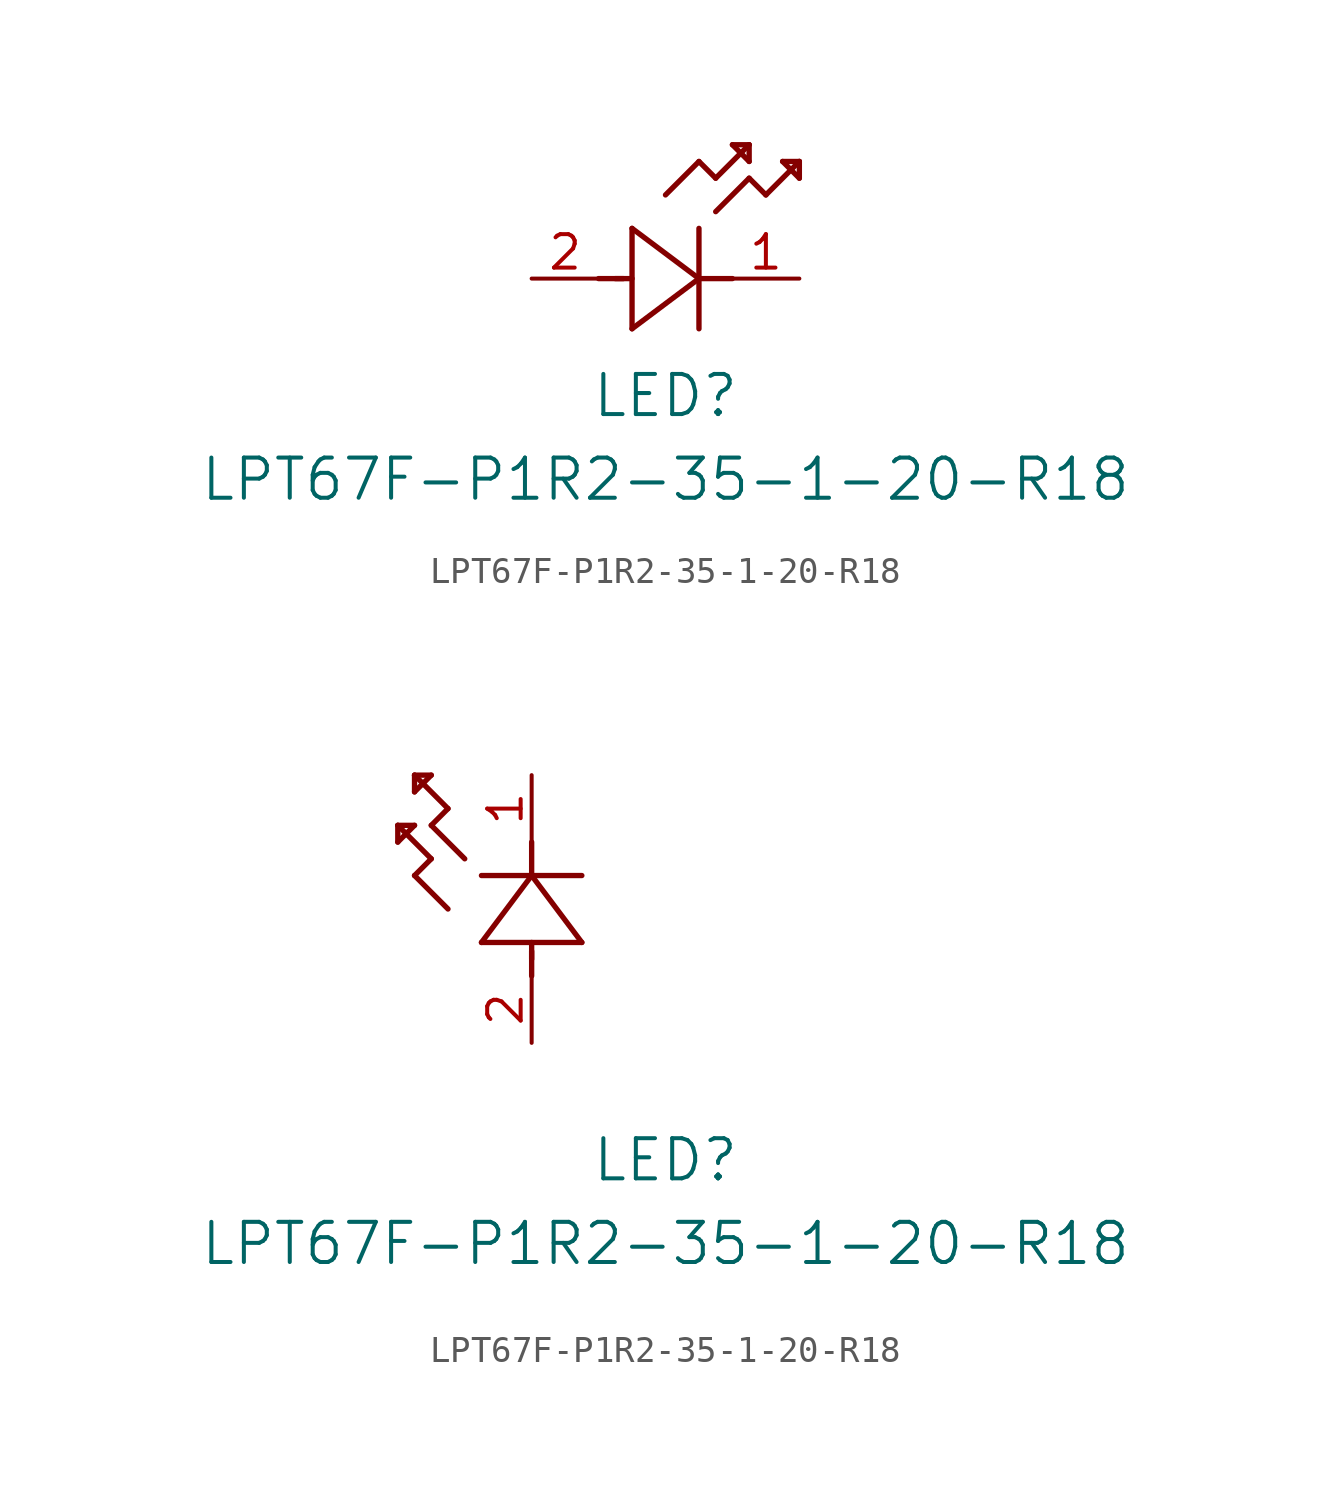
<source format=kicad_sym>
(kicad_symbol_lib
  (version 20211014)
  (generator kicad_symbol_editor)
  (symbol "LPT67F-P1R2-35-1-20-R18"
    (pin_names
      (offset 0.254))
    (property "Reference" "LED"
      (at 5.08 -4.445 0)
      (effects (font (size 1.524 1.524))))
    (property "Value" "LPT67F-P1R2-35-1-20-R18"
      (at 5.08 -7.62 0)
      (effects (font (size 1.524 1.524))))
    (symbol "LPT67F-P1R2-35-1-20-R18_1_1"
      (polyline (pts (xy 2.54 0) (xy 3.48 0)) (stroke (width 0.203) (type default) (color 0 0 0 0)) (fill (type none)))
      (polyline (pts (xy 3.81 1.905) (xy 3.81 -1.905)) (stroke (width 0.203) (type default) (color 0 0 0 0)) (fill (type none)))
      (polyline (pts (xy 3.175 0) (xy 3.81 0)) (stroke (width 0.203) (type default) (color 0 0 0 0)) (fill (type none)))
      (polyline (pts (xy 6.35 -1.905) (xy 6.35 1.905)) (stroke (width 0.203) (type default) (color 0 0 0 0)) (fill (type none)))
      (polyline (pts (xy 6.35 0) (xy 7.62 0)) (stroke (width 0.203) (type default) (color 0 0 0 0)) (fill (type none)))
      (polyline (pts (xy 6.35 4.445) (xy 6.985 3.81)) (stroke (width 0.203) (type default) (color 0 0 0 0)) (fill (type none)))
      (polyline (pts (xy 6.985 3.81) (xy 8.255 5.08)) (stroke (width 0.203) (type default) (color 0 0 0 0)) (fill (type none)))
      (polyline (pts (xy 8.255 3.81) (xy 8.89 3.175)) (stroke (width 0.203) (type default) (color 0 0 0 0)) (fill (type none)))
      (polyline (pts (xy 8.89 3.175) (xy 10.16 4.445)) (stroke (width 0.203) (type default) (color 0 0 0 0)) (fill (type none)))
      (polyline (pts (xy 8.255 5.08) (xy 7.62 5.08)) (stroke (width 0.203) (type default) (color 0 0 0 0)) (fill (type none)))
      (polyline (pts (xy 7.62 5.08) (xy 8.255 4.445)) (stroke (width 0.203) (type default) (color 0 0 0 0)) (fill (type none)))
      (polyline (pts (xy 8.255 4.445) (xy 8.255 5.08)) (stroke (width 0.203) (type default) (color 0 0 0 0)) (fill (type none)))
      (polyline (pts (xy 10.16 4.445) (xy 9.525 4.445)) (stroke (width 0.203) (type default) (color 0 0 0 0)) (fill (type none)))
      (polyline (pts (xy 9.525 4.445) (xy 10.16 3.81)) (stroke (width 0.203) (type default) (color 0 0 0 0)) (fill (type none)))
      (polyline (pts (xy 10.16 3.81) (xy 10.16 4.445)) (stroke (width 0.203) (type default) (color 0 0 0 0)) (fill (type none)))
      (polyline (pts (xy 6.985 2.54) (xy 8.255 3.81)) (stroke (width 0.203) (type default) (color 0 0 0 0)) (fill (type none)))
      (polyline (pts (xy 6.35 0) (xy 3.81 1.905)) (stroke (width 0.203) (type default) (color 0 0 0 0)) (fill (type none)))
      (polyline (pts (xy 3.81 -1.905) (xy 6.35 0)) (stroke (width 0.203) (type default) (color 0 0 0 0)) (fill (type none)))
      (polyline (pts (xy 5.08 3.175) (xy 6.35 4.445)) (stroke (width 0.203) (type default) (color 0 0 0 0)) (fill (type none)))
      (pin unspecified line (at 10.16 0 180) (length 2.54) (name "" (effects (font (size 1.27 1.27)))) (number "1" (effects (font (size 1.27 1.27)))))
      (pin unspecified line (at 0 0 0) (length 2.54) (name "" (effects (font (size 1.27 1.27)))) (number "2" (effects (font (size 1.27 1.27))))))
    (symbol "LPT67F-P1R2-35-1-20-R18_1_2"
      (polyline (pts (xy 0 2.54) (xy 0 3.48)) (stroke (width 0.203) (type default) (color 0 0 0 0)) (fill (type none)))
      (polyline (pts (xy -1.905 3.81) (xy 1.905 3.81)) (stroke (width 0.203) (type default) (color 0 0 0 0)) (fill (type none)))
      (polyline (pts (xy 0 3.175) (xy 0 3.81)) (stroke (width 0.203) (type default) (color 0 0 0 0)) (fill (type none)))
      (polyline (pts (xy 1.905 6.35) (xy -1.905 6.35)) (stroke (width 0.203) (type default) (color 0 0 0 0)) (fill (type none)))
      (polyline (pts (xy 0 6.35) (xy 0 7.62)) (stroke (width 0.203) (type default) (color 0 0 0 0)) (fill (type none)))
      (polyline (pts (xy 0 6.35) (xy -1.905 3.81)) (stroke (width 0.203) (type default) (color 0 0 0 0)) (fill (type none)))
      (polyline (pts (xy 1.905 3.81) (xy 0 6.35)) (stroke (width 0.203) (type default) (color 0 0 0 0)) (fill (type none)))
      (polyline (pts (xy -4.445 6.35) (xy -3.81 6.985)) (stroke (width 0.203) (type default) (color 0 0 0 0)) (fill (type none)))
      (polyline (pts (xy -2.54 6.985) (xy -3.81 8.255)) (stroke (width 0.203) (type default) (color 0 0 0 0)) (fill (type none)))
      (polyline (pts (xy -3.175 5.08) (xy -4.445 6.35)) (stroke (width 0.203) (type default) (color 0 0 0 0)) (fill (type none)))
      (polyline (pts (xy -4.445 10.16) (xy -4.445 9.525)) (stroke (width 0.203) (type default) (color 0 0 0 0)) (fill (type none)))
      (polyline (pts (xy -4.445 9.525) (xy -3.81 10.16)) (stroke (width 0.203) (type default) (color 0 0 0 0)) (fill (type none)))
      (polyline (pts (xy -3.81 10.16) (xy -4.445 10.16)) (stroke (width 0.203) (type default) (color 0 0 0 0)) (fill (type none)))
      (polyline (pts (xy -3.81 8.255) (xy -3.175 8.89)) (stroke (width 0.203) (type default) (color 0 0 0 0)) (fill (type none)))
      (polyline (pts (xy -3.175 8.89) (xy -4.445 10.16)) (stroke (width 0.203) (type default) (color 0 0 0 0)) (fill (type none)))
      (polyline (pts (xy -3.81 6.985) (xy -5.08 8.255)) (stroke (width 0.203) (type default) (color 0 0 0 0)) (fill (type none)))
      (polyline (pts (xy -5.08 8.255) (xy -5.08 7.62)) (stroke (width 0.203) (type default) (color 0 0 0 0)) (fill (type none)))
      (polyline (pts (xy -5.08 7.62) (xy -4.445 8.255)) (stroke (width 0.203) (type default) (color 0 0 0 0)) (fill (type none)))
      (polyline (pts (xy -4.445 8.255) (xy -5.08 8.255)) (stroke (width 0.203) (type default) (color 0 0 0 0)) (fill (type none)))
      (pin unspecified line (at 0 10.16 270) (length 2.54) (name "" (effects (font (size 1.27 1.27)))) (number "1" (effects (font (size 1.27 1.27)))))
      (pin unspecified line (at 0 0 90) (length 2.54) (name "" (effects (font (size 1.27 1.27)))) (number "2" (effects (font (size 1.27 1.27))))))))
</source>
